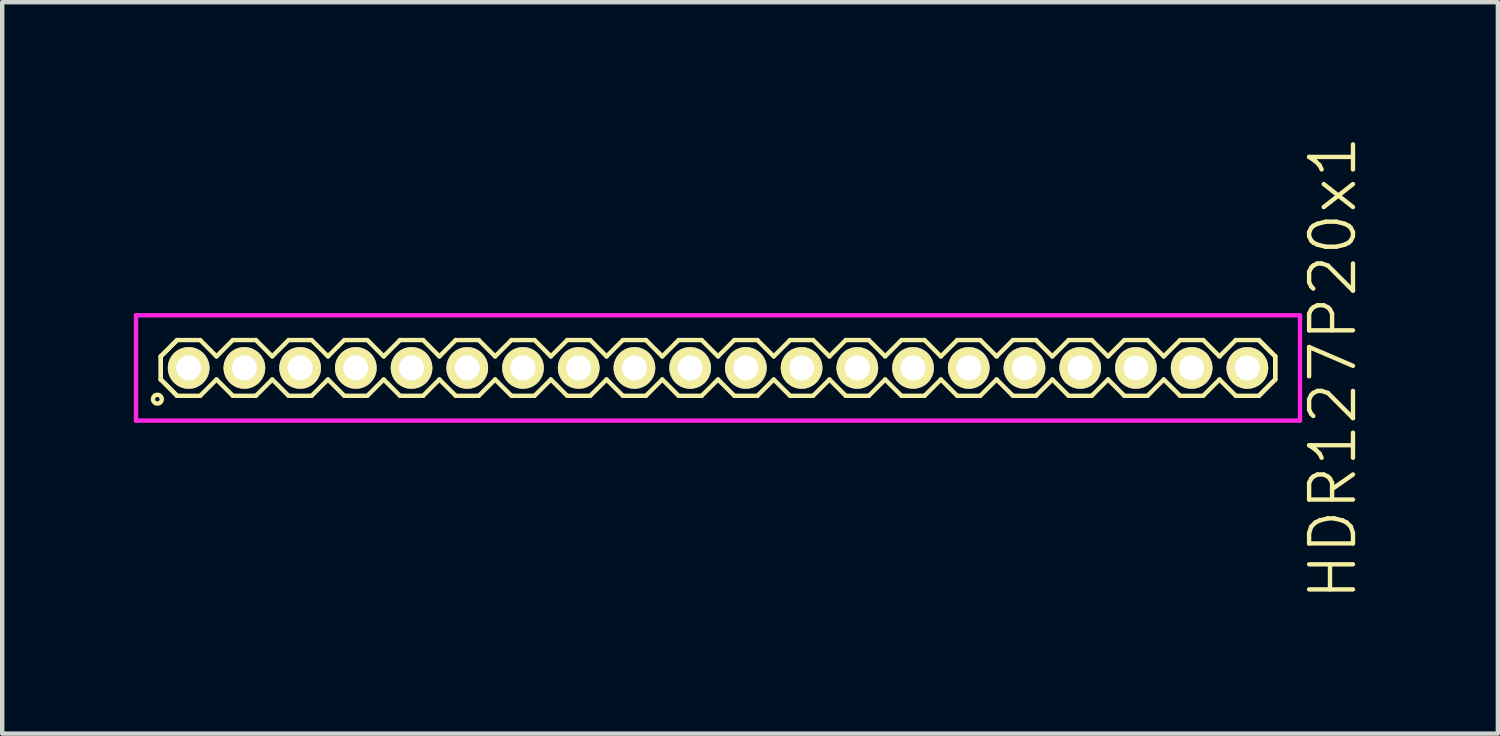
<source format=kicad_pcb>
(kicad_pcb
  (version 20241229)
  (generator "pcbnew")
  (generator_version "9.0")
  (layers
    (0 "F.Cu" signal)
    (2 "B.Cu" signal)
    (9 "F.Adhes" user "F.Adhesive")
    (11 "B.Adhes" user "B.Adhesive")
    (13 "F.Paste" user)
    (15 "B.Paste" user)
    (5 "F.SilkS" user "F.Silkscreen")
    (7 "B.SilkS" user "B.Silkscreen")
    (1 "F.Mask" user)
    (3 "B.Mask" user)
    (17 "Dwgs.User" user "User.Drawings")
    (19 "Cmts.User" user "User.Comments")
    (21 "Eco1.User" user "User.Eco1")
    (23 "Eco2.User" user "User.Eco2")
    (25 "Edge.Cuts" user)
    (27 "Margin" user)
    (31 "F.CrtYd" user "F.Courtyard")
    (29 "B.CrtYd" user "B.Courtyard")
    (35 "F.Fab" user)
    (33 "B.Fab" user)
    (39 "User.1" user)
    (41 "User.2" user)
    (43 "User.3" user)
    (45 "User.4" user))
  (footprint "HDR127P20x1"
    (layer "F.Cu")
    (at 13.315 5.336)
    (property "Reference" "HDR127P20x1" (at 14.015 0 90) (layer "F.SilkS") (effects (font (size 1 1) (thickness 0.1))))
    (attr through_hole)
    (fp_line (start -12.7 -0.263) (end -12.328 -0.635) (stroke (width 0.1) (type solid)) (layer "F.SilkS"))
    (fp_line (start -12.7 -0.263) (end -12.328 -0.635) (stroke (width 0.1) (type solid)) (layer "F.SilkS"))
    (fp_line (start -12.7 0.263) (end -12.7 -0.263) (stroke (width 0.1) (type solid)) (layer "F.SilkS"))
    (fp_line (start -12.7 0.263) (end -12.7 -0.263) (stroke (width 0.1) (type solid)) (layer "F.SilkS"))
    (fp_line (start -12.328 -0.635) (end -11.802 -0.635) (stroke (width 0.1) (type solid)) (layer "F.SilkS"))
    (fp_line (start -12.328 0.635) (end -12.7 0.263) (stroke (width 0.1) (type solid)) (layer "F.SilkS"))
    (fp_line (start -12.328 0.635) (end -12.7 0.263) (stroke (width 0.1) (type solid)) (layer "F.SilkS"))
    (fp_line (start -11.802 -0.635) (end -11.43 -0.263) (stroke (width 0.1) (type solid)) (layer "F.SilkS"))
    (fp_line (start -11.802 0.635) (end -12.328 0.635) (stroke (width 0.1) (type solid)) (layer "F.SilkS"))
    (fp_line (start -11.43 -0.263) (end -11.058 -0.635) (stroke (width 0.1) (type solid)) (layer "F.SilkS"))
    (fp_line (start -11.43 0.263) (end -11.802 0.635) (stroke (width 0.1) (type solid)) (layer "F.SilkS"))
    (fp_line (start -11.058 -0.635) (end -10.532 -0.635) (stroke (width 0.1) (type solid)) (layer "F.SilkS"))
    (fp_line (start -11.058 0.635) (end -11.43 0.263) (stroke (width 0.1) (type solid)) (layer "F.SilkS"))
    (fp_line (start -10.532 -0.635) (end -10.16 -0.263) (stroke (width 0.1) (type solid)) (layer "F.SilkS"))
    (fp_line (start -10.532 0.635) (end -11.058 0.635) (stroke (width 0.1) (type solid)) (layer "F.SilkS"))
    (fp_line (start -10.16 -0.263) (end -9.788 -0.635) (stroke (width 0.1) (type solid)) (layer "F.SilkS"))
    (fp_line (start -10.16 0.263) (end -10.532 0.635) (stroke (width 0.1) (type solid)) (layer "F.SilkS"))
    (fp_line (start -9.788 -0.635) (end -9.262 -0.635) (stroke (width 0.1) (type solid)) (layer "F.SilkS"))
    (fp_line (start -9.788 0.635) (end -10.16 0.263) (stroke (width 0.1) (type solid)) (layer "F.SilkS"))
    (fp_line (start -9.262 -0.635) (end -8.89 -0.263) (stroke (width 0.1) (type solid)) (layer "F.SilkS"))
    (fp_line (start -9.262 0.635) (end -9.788 0.635) (stroke (width 0.1) (type solid)) (layer "F.SilkS"))
    (fp_line (start -8.89 -0.263) (end -8.518 -0.635) (stroke (width 0.1) (type solid)) (layer "F.SilkS"))
    (fp_line (start -8.89 0.263) (end -9.262 0.635) (stroke (width 0.1) (type solid)) (layer "F.SilkS"))
    (fp_line (start -8.518 -0.635) (end -7.992 -0.635) (stroke (width 0.1) (type solid)) (layer "F.SilkS"))
    (fp_line (start -8.518 0.635) (end -8.89 0.263) (stroke (width 0.1) (type solid)) (layer "F.SilkS"))
    (fp_line (start -7.992 -0.635) (end -7.62 -0.263) (stroke (width 0.1) (type solid)) (layer "F.SilkS"))
    (fp_line (start -7.992 0.635) (end -8.518 0.635) (stroke (width 0.1) (type solid)) (layer "F.SilkS"))
    (fp_line (start -7.62 -0.263) (end -7.248 -0.635) (stroke (width 0.1) (type solid)) (layer "F.SilkS"))
    (fp_line (start -7.62 0.263) (end -7.992 0.635) (stroke (width 0.1) (type solid)) (layer "F.SilkS"))
    (fp_line (start -7.248 -0.635) (end -6.722 -0.635) (stroke (width 0.1) (type solid)) (layer "F.SilkS"))
    (fp_line (start -7.248 0.635) (end -7.62 0.263) (stroke (width 0.1) (type solid)) (layer "F.SilkS"))
    (fp_line (start -6.722 -0.635) (end -6.35 -0.263) (stroke (width 0.1) (type solid)) (layer "F.SilkS"))
    (fp_line (start -6.722 0.635) (end -7.248 0.635) (stroke (width 0.1) (type solid)) (layer "F.SilkS"))
    (fp_line (start -6.35 -0.263) (end -5.978 -0.635) (stroke (width 0.1) (type solid)) (layer "F.SilkS"))
    (fp_line (start -6.35 0.263) (end -6.722 0.635) (stroke (width 0.1) (type solid)) (layer "F.SilkS"))
    (fp_line (start -5.978 -0.635) (end -5.452 -0.635) (stroke (width 0.1) (type solid)) (layer "F.SilkS"))
    (fp_line (start -5.978 0.635) (end -6.35 0.263) (stroke (width 0.1) (type solid)) (layer "F.SilkS"))
    (fp_line (start -5.452 -0.635) (end -5.08 -0.263) (stroke (width 0.1) (type solid)) (layer "F.SilkS"))
    (fp_line (start -5.452 0.635) (end -5.978 0.635) (stroke (width 0.1) (type solid)) (layer "F.SilkS"))
    (fp_line (start -5.08 -0.263) (end -4.708 -0.635) (stroke (width 0.1) (type solid)) (layer "F.SilkS"))
    (fp_line (start -5.08 0.263) (end -5.452 0.635) (stroke (width 0.1) (type solid)) (layer "F.SilkS"))
    (fp_line (start -4.708 -0.635) (end -4.182 -0.635) (stroke (width 0.1) (type solid)) (layer "F.SilkS"))
    (fp_line (start -4.708 0.635) (end -5.08 0.263) (stroke (width 0.1) (type solid)) (layer "F.SilkS"))
    (fp_line (start -4.182 -0.635) (end -3.81 -0.263) (stroke (width 0.1) (type solid)) (layer "F.SilkS"))
    (fp_line (start -4.182 0.635) (end -4.708 0.635) (stroke (width 0.1) (type solid)) (layer "F.SilkS"))
    (fp_line (start -3.81 -0.263) (end -3.438 -0.635) (stroke (width 0.1) (type solid)) (layer "F.SilkS"))
    (fp_line (start -3.81 0.263) (end -4.182 0.635) (stroke (width 0.1) (type solid)) (layer "F.SilkS"))
    (fp_line (start -3.438 -0.635) (end -2.912 -0.635) (stroke (width 0.1) (type solid)) (layer "F.SilkS"))
    (fp_line (start -3.438 0.635) (end -3.81 0.263) (stroke (width 0.1) (type solid)) (layer "F.SilkS"))
    (fp_line (start -2.912 -0.635) (end -2.54 -0.263) (stroke (width 0.1) (type solid)) (layer "F.SilkS"))
    (fp_line (start -2.912 0.635) (end -3.438 0.635) (stroke (width 0.1) (type solid)) (layer "F.SilkS"))
    (fp_line (start -2.54 -0.263) (end -2.168 -0.635) (stroke (width 0.1) (type solid)) (layer "F.SilkS"))
    (fp_line (start -2.54 0.263) (end -2.912 0.635) (stroke (width 0.1) (type solid)) (layer "F.SilkS"))
    (fp_line (start -2.168 -0.635) (end -1.642 -0.635) (stroke (width 0.1) (type solid)) (layer "F.SilkS"))
    (fp_line (start -2.168 0.635) (end -2.54 0.263) (stroke (width 0.1) (type solid)) (layer "F.SilkS"))
    (fp_line (start -1.642 -0.635) (end -1.27 -0.263) (stroke (width 0.1) (type solid)) (layer "F.SilkS"))
    (fp_line (start -1.642 0.635) (end -2.168 0.635) (stroke (width 0.1) (type solid)) (layer "F.SilkS"))
    (fp_line (start -1.27 -0.263) (end -0.898 -0.635) (stroke (width 0.1) (type solid)) (layer "F.SilkS"))
    (fp_line (start -1.27 0.263) (end -1.642 0.635) (stroke (width 0.1) (type solid)) (layer "F.SilkS"))
    (fp_line (start -0.898 -0.635) (end -0.372 -0.635) (stroke (width 0.1) (type solid)) (layer "F.SilkS"))
    (fp_line (start -0.898 0.635) (end -1.27 0.263) (stroke (width 0.1) (type solid)) (layer "F.SilkS"))
    (fp_line (start -0.372 -0.635) (end 0 -0.263) (stroke (width 0.1) (type solid)) (layer "F.SilkS"))
    (fp_line (start -0.372 0.635) (end -0.898 0.635) (stroke (width 0.1) (type solid)) (layer "F.SilkS"))
    (fp_line (start 0 -0.263) (end 0.372 -0.635) (stroke (width 0.1) (type solid)) (layer "F.SilkS"))
    (fp_line (start 0 0.263) (end -0.372 0.635) (stroke (width 0.1) (type solid)) (layer "F.SilkS"))
    (fp_line (start 0.372 -0.635) (end 0.898 -0.635) (stroke (width 0.1) (type solid)) (layer "F.SilkS"))
    (fp_line (start 0.372 0.635) (end 0 0.263) (stroke (width 0.1) (type solid)) (layer "F.SilkS"))
    (fp_line (start 0.898 -0.635) (end 1.27 -0.263) (stroke (width 0.1) (type solid)) (layer "F.SilkS"))
    (fp_line (start 0.898 0.635) (end 0.372 0.635) (stroke (width 0.1) (type solid)) (layer "F.SilkS"))
    (fp_line (start 1.27 -0.263) (end 1.642 -0.635) (stroke (width 0.1) (type solid)) (layer "F.SilkS"))
    (fp_line (start 1.27 0.263) (end 0.898 0.635) (stroke (width 0.1) (type solid)) (layer "F.SilkS"))
    (fp_line (start 1.642 -0.635) (end 2.168 -0.635) (stroke (width 0.1) (type solid)) (layer "F.SilkS"))
    (fp_line (start 1.642 0.635) (end 1.27 0.263) (stroke (width 0.1) (type solid)) (layer "F.SilkS"))
    (fp_line (start 2.168 -0.635) (end 2.54 -0.263) (stroke (width 0.1) (type solid)) (layer "F.SilkS"))
    (fp_line (start 2.168 0.635) (end 1.642 0.635) (stroke (width 0.1) (type solid)) (layer "F.SilkS"))
    (fp_line (start 2.54 -0.263) (end 2.912 -0.635) (stroke (width 0.1) (type solid)) (layer "F.SilkS"))
    (fp_line (start 2.54 0.263) (end 2.168 0.635) (stroke (width 0.1) (type solid)) (layer "F.SilkS"))
    (fp_line (start 2.912 -0.635) (end 3.438 -0.635) (stroke (width 0.1) (type solid)) (layer "F.SilkS"))
    (fp_line (start 2.912 0.635) (end 2.54 0.263) (stroke (width 0.1) (type solid)) (layer "F.SilkS"))
    (fp_line (start 3.438 -0.635) (end 3.81 -0.263) (stroke (width 0.1) (type solid)) (layer "F.SilkS"))
    (fp_line (start 3.438 0.635) (end 2.912 0.635) (stroke (width 0.1) (type solid)) (layer "F.SilkS"))
    (fp_line (start 3.81 -0.263) (end 4.182 -0.635) (stroke (width 0.1) (type solid)) (layer "F.SilkS"))
    (fp_line (start 3.81 0.263) (end 3.438 0.635) (stroke (width 0.1) (type solid)) (layer "F.SilkS"))
    (fp_line (start 4.182 -0.635) (end 4.708 -0.635) (stroke (width 0.1) (type solid)) (layer "F.SilkS"))
    (fp_line (start 4.182 0.635) (end 3.81 0.263) (stroke (width 0.1) (type solid)) (layer "F.SilkS"))
    (fp_line (start 4.708 -0.635) (end 5.08 -0.263) (stroke (width 0.1) (type solid)) (layer "F.SilkS"))
    (fp_line (start 4.708 0.635) (end 4.182 0.635) (stroke (width 0.1) (type solid)) (layer "F.SilkS"))
    (fp_line (start 5.08 -0.263) (end 5.452 -0.635) (stroke (width 0.1) (type solid)) (layer "F.SilkS"))
    (fp_line (start 5.08 0.263) (end 4.708 0.635) (stroke (width 0.1) (type solid)) (layer "F.SilkS"))
    (fp_line (start 5.452 -0.635) (end 5.978 -0.635) (stroke (width 0.1) (type solid)) (layer "F.SilkS"))
    (fp_line (start 5.452 0.635) (end 5.08 0.263) (stroke (width 0.1) (type solid)) (layer "F.SilkS"))
    (fp_line (start 5.978 -0.635) (end 6.35 -0.263) (stroke (width 0.1) (type solid)) (layer "F.SilkS"))
    (fp_line (start 5.978 0.635) (end 5.452 0.635) (stroke (width 0.1) (type solid)) (layer "F.SilkS"))
    (fp_line (start 6.35 -0.263) (end 6.722 -0.635) (stroke (width 0.1) (type solid)) (layer "F.SilkS"))
    (fp_line (start 6.35 0.263) (end 5.978 0.635) (stroke (width 0.1) (type solid)) (layer "F.SilkS"))
    (fp_line (start 6.722 -0.635) (end 7.248 -0.635) (stroke (width 0.1) (type solid)) (layer "F.SilkS"))
    (fp_line (start 6.722 0.635) (end 6.35 0.263) (stroke (width 0.1) (type solid)) (layer "F.SilkS"))
    (fp_line (start 7.248 -0.635) (end 7.62 -0.263) (stroke (width 0.1) (type solid)) (layer "F.SilkS"))
    (fp_line (start 7.248 0.635) (end 6.722 0.635) (stroke (width 0.1) (type solid)) (layer "F.SilkS"))
    (fp_line (start 7.62 -0.263) (end 7.992 -0.635) (stroke (width 0.1) (type solid)) (layer "F.SilkS"))
    (fp_line (start 7.62 0.263) (end 7.248 0.635) (stroke (width 0.1) (type solid)) (layer "F.SilkS"))
    (fp_line (start 7.992 -0.635) (end 8.518 -0.635) (stroke (width 0.1) (type solid)) (layer "F.SilkS"))
    (fp_line (start 7.992 0.635) (end 7.62 0.263) (stroke (width 0.1) (type solid)) (layer "F.SilkS"))
    (fp_line (start 8.518 -0.635) (end 8.89 -0.263) (stroke (width 0.1) (type solid)) (layer "F.SilkS"))
    (fp_line (start 8.518 0.635) (end 7.992 0.635) (stroke (width 0.1) (type solid)) (layer "F.SilkS"))
    (fp_line (start 8.89 -0.263) (end 9.262 -0.635) (stroke (width 0.1) (type solid)) (layer "F.SilkS"))
    (fp_line (start 8.89 0.263) (end 8.518 0.635) (stroke (width 0.1) (type solid)) (layer "F.SilkS"))
    (fp_line (start 9.262 -0.635) (end 9.788 -0.635) (stroke (width 0.1) (type solid)) (layer "F.SilkS"))
    (fp_line (start 9.262 0.635) (end 8.89 0.263) (stroke (width 0.1) (type solid)) (layer "F.SilkS"))
    (fp_line (start 9.788 -0.635) (end 10.16 -0.263) (stroke (width 0.1) (type solid)) (layer "F.SilkS"))
    (fp_line (start 9.788 0.635) (end 9.262 0.635) (stroke (width 0.1) (type solid)) (layer "F.SilkS"))
    (fp_line (start 10.16 -0.263) (end 10.532 -0.635) (stroke (width 0.1) (type solid)) (layer "F.SilkS"))
    (fp_line (start 10.16 0.263) (end 9.788 0.635) (stroke (width 0.1) (type solid)) (layer "F.SilkS"))
    (fp_line (start 10.532 -0.635) (end 11.058 -0.635) (stroke (width 0.1) (type solid)) (layer "F.SilkS"))
    (fp_line (start 10.532 0.635) (end 10.16 0.263) (stroke (width 0.1) (type solid)) (layer "F.SilkS"))
    (fp_line (start 11.058 -0.635) (end 11.43 -0.263) (stroke (width 0.1) (type solid)) (layer "F.SilkS"))
    (fp_line (start 11.058 0.635) (end 10.532 0.635) (stroke (width 0.1) (type solid)) (layer "F.SilkS"))
    (fp_line (start 11.43 -0.263) (end 11.802 -0.635) (stroke (width 0.1) (type solid)) (layer "F.SilkS"))
    (fp_line (start 11.43 0.263) (end 11.058 0.635) (stroke (width 0.1) (type solid)) (layer "F.SilkS"))
    (fp_line (start 11.802 -0.635) (end 12.328 -0.635) (stroke (width 0.1) (type solid)) (layer "F.SilkS"))
    (fp_line (start 11.802 0.635) (end 11.43 0.263) (stroke (width 0.1) (type solid)) (layer "F.SilkS"))
    (fp_line (start 12.328 -0.635) (end 12.7 -0.263) (stroke (width 0.1) (type solid)) (layer "F.SilkS"))
    (fp_line (start 12.328 -0.635) (end 12.7 -0.263) (stroke (width 0.1) (type solid)) (layer "F.SilkS"))
    (fp_line (start 12.328 0.635) (end 11.802 0.635) (stroke (width 0.1) (type solid)) (layer "F.SilkS"))
    (fp_line (start 12.7 -0.263) (end 12.7 0.263) (stroke (width 0.1) (type solid)) (layer "F.SilkS"))
    (fp_line (start 12.7 -0.263) (end 12.7 0.263) (stroke (width 0.1) (type solid)) (layer "F.SilkS"))
    (fp_line (start 12.7 0.263) (end 12.328 0.635) (stroke (width 0.1) (type solid)) (layer "F.SilkS"))
    (fp_line (start 12.7 0.263) (end 12.328 0.635) (stroke (width 0.1) (type solid)) (layer "F.SilkS"))
    (fp_circle (center -12.778 0.712) (end -12.678 0.712) (stroke (width 0.1) (type solid)) (fill no) (layer "F.SilkS"))
    (fp_line (start -13.265 -1.2) (end -13.265 1.2) (stroke (width 0.1) (type solid)) (layer "F.CrtYd"))
    (fp_line (start -13.265 1.2) (end 13.265 1.2) (stroke (width 0.1) (type solid)) (layer "F.CrtYd"))
    (fp_line (start 13.265 -1.2) (end -13.265 -1.2) (stroke (width 0.1) (type solid)) (layer "F.CrtYd"))
    (fp_line (start 13.265 1.2) (end 13.265 -1.2) (stroke (width 0.1) (type solid)) (layer "F.CrtYd"))
    (pad "1" thru_hole oval (at -12.065 0) (size 0.95 0.95) (drill 0.57) (layers "*.Cu" "*.Mask" "F.SilkS"))
    (pad "2" thru_hole oval (at -10.795 0) (size 0.95 0.95) (drill 0.57) (layers "*.Cu" "*.Mask" "F.SilkS"))
    (pad "3" thru_hole oval (at -9.525 0) (size 0.95 0.95) (drill 0.57) (layers "*.Cu" "*.Mask" "F.SilkS"))
    (pad "4" thru_hole oval (at -8.255 0) (size 0.95 0.95) (drill 0.57) (layers "*.Cu" "*.Mask" "F.SilkS"))
    (pad "5" thru_hole oval (at -6.985 0) (size 0.95 0.95) (drill 0.57) (layers "*.Cu" "*.Mask" "F.SilkS"))
    (pad "6" thru_hole oval (at -5.715 0) (size 0.95 0.95) (drill 0.57) (layers "*.Cu" "*.Mask" "F.SilkS"))
    (pad "7" thru_hole oval (at -4.445 0) (size 0.95 0.95) (drill 0.57) (layers "*.Cu" "*.Mask" "F.SilkS"))
    (pad "8" thru_hole oval (at -3.175 0) (size 0.95 0.95) (drill 0.57) (layers "*.Cu" "*.Mask" "F.SilkS"))
    (pad "9" thru_hole oval (at -1.905 0) (size 0.95 0.95) (drill 0.57) (layers "*.Cu" "*.Mask" "F.SilkS"))
    (pad "10" thru_hole oval (at -0.635 0) (size 0.95 0.95) (drill 0.57) (layers "*.Cu" "*.Mask" "F.SilkS"))
    (pad "11" thru_hole oval (at 0.635 0) (size 0.95 0.95) (drill 0.57) (layers "*.Cu" "*.Mask" "F.SilkS"))
    (pad "12" thru_hole oval (at 1.905 0) (size 0.95 0.95) (drill 0.57) (layers "*.Cu" "*.Mask" "F.SilkS"))
    (pad "13" thru_hole oval (at 3.175 0) (size 0.95 0.95) (drill 0.57) (layers "*.Cu" "*.Mask" "F.SilkS"))
    (pad "14" thru_hole oval (at 4.445 0) (size 0.95 0.95) (drill 0.57) (layers "*.Cu" "*.Mask" "F.SilkS"))
    (pad "15" thru_hole oval (at 5.715 0) (size 0.95 0.95) (drill 0.57) (layers "*.Cu" "*.Mask" "F.SilkS"))
    (pad "16" thru_hole oval (at 6.985 0) (size 0.95 0.95) (drill 0.57) (layers "*.Cu" "*.Mask" "F.SilkS"))
    (pad "17" thru_hole oval (at 8.255 0) (size 0.95 0.95) (drill 0.57) (layers "*.Cu" "*.Mask" "F.SilkS"))
    (pad "18" thru_hole oval (at 9.525 0) (size 0.95 0.95) (drill 0.57) (layers "*.Cu" "*.Mask" "F.SilkS"))
    (pad "19" thru_hole oval (at 10.795 0) (size 0.95 0.95) (drill 0.57) (layers "*.Cu" "*.Mask" "F.SilkS"))
    (pad "20" thru_hole oval (at 12.065 0) (size 0.95 0.95) (drill 0.57) (layers "*.Cu" "*.Mask" "F.SilkS")))
  (gr_rect
    (start -3 -3)
    (end 31.09 13.671)
    (stroke (width 0.1) (type default))
    (fill no)
    (layer "Edge.Cuts")))
</source>
